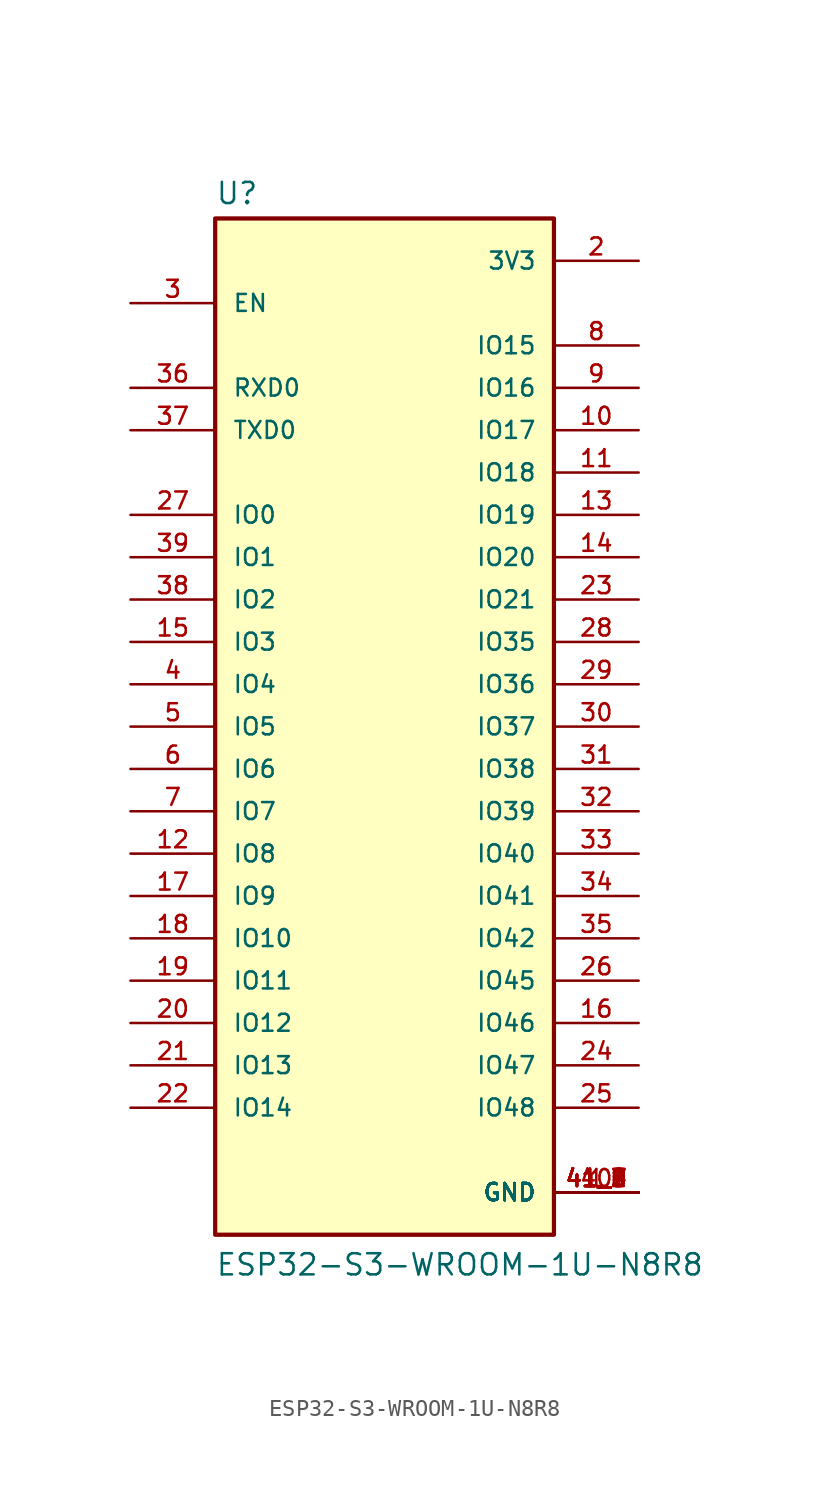
<source format=kicad_sym>
(kicad_symbol_lib
  (version 20211014)
  (generator kicad_symbol_editor)
  (symbol "ESP32-S3-WROOM-1U-N8R8"
    (pin_names
      (offset 1.016))
    (property "Reference" "U"
      (at -10.16 31.242 0)
      (effects (font (size 1.27 1.27)) (justify bottom left)))
    (property "Value" "ESP32-S3-WROOM-1U-N8R8"
      (at -10.16 -33.02 0)
      (effects (font (size 1.27 1.27)) (justify bottom left)))
    (symbol "ESP32-S3-WROOM-1U-N8R8_0_0"
      (rectangle (start -10.16 -30.48) (end 10.16 30.48) (stroke (width 0.254)) (fill (type background)))
      (pin power_in line (at 15.24 -27.94 180.0) (length 5.08) (name "GND" (effects (font (size 1.016 1.016)))) (number "1" (effects (font (size 1.016 1.016)))))
      (pin power_in line (at 15.24 -27.94 180.0) (length 5.08) (name "GND" (effects (font (size 1.016 1.016)))) (number "40" (effects (font (size 1.016 1.016)))))
      (pin power_in line (at 15.24 -27.94 180.0) (length 5.08) (name "GND" (effects (font (size 1.016 1.016)))) (number "41_1" (effects (font (size 1.016 1.016)))))
      (pin power_in line (at 15.24 -27.94 180.0) (length 5.08) (name "GND" (effects (font (size 1.016 1.016)))) (number "41_2" (effects (font (size 1.016 1.016)))))
      (pin power_in line (at 15.24 -27.94 180.0) (length 5.08) (name "GND" (effects (font (size 1.016 1.016)))) (number "41_3" (effects (font (size 1.016 1.016)))))
      (pin power_in line (at 15.24 -27.94 180.0) (length 5.08) (name "GND" (effects (font (size 1.016 1.016)))) (number "41_4" (effects (font (size 1.016 1.016)))))
      (pin power_in line (at 15.24 -27.94 180.0) (length 5.08) (name "GND" (effects (font (size 1.016 1.016)))) (number "41_5" (effects (font (size 1.016 1.016)))))
      (pin power_in line (at 15.24 -27.94 180.0) (length 5.08) (name "GND" (effects (font (size 1.016 1.016)))) (number "41_6" (effects (font (size 1.016 1.016)))))
      (pin power_in line (at 15.24 -27.94 180.0) (length 5.08) (name "GND" (effects (font (size 1.016 1.016)))) (number "41_7" (effects (font (size 1.016 1.016)))))
      (pin power_in line (at 15.24 -27.94 180.0) (length 5.08) (name "GND" (effects (font (size 1.016 1.016)))) (number "41_8" (effects (font (size 1.016 1.016)))))
      (pin power_in line (at 15.24 -27.94 180.0) (length 5.08) (name "GND" (effects (font (size 1.016 1.016)))) (number "41_9" (effects (font (size 1.016 1.016)))))
      (pin power_in line (at 15.24 27.94 180.0) (length 5.08) (name "3V3" (effects (font (size 1.016 1.016)))) (number "2" (effects (font (size 1.016 1.016)))))
      (pin input line (at -15.24 25.4 0) (length 5.08) (name "EN" (effects (font (size 1.016 1.016)))) (number "3" (effects (font (size 1.016 1.016)))))
      (pin bidirectional line (at 15.24 5.08 180.0) (length 5.08) (name "IO35" (effects (font (size 1.016 1.016)))) (number "28" (effects (font (size 1.016 1.016)))))
      (pin bidirectional line (at 15.24 -22.86 180.0) (length 5.08) (name "IO48" (effects (font (size 1.016 1.016)))) (number "25" (effects (font (size 1.016 1.016)))))
      (pin bidirectional line (at 15.24 -10.16 180.0) (length 5.08) (name "IO41" (effects (font (size 1.016 1.016)))) (number "34" (effects (font (size 1.016 1.016)))))
      (pin bidirectional line (at 15.24 -5.08 180.0) (length 5.08) (name "IO39" (effects (font (size 1.016 1.016)))) (number "32" (effects (font (size 1.016 1.016)))))
      (pin bidirectional line (at 15.24 -20.32 180.0) (length 5.08) (name "IO47" (effects (font (size 1.016 1.016)))) (number "24" (effects (font (size 1.016 1.016)))))
      (pin bidirectional line (at 15.24 -7.62 180.0) (length 5.08) (name "IO40" (effects (font (size 1.016 1.016)))) (number "33" (effects (font (size 1.016 1.016)))))
      (pin bidirectional line (at -15.24 -22.86 0) (length 5.08) (name "IO14" (effects (font (size 1.016 1.016)))) (number "22" (effects (font (size 1.016 1.016)))))
      (pin bidirectional line (at -15.24 -17.78 0) (length 5.08) (name "IO12" (effects (font (size 1.016 1.016)))) (number "20" (effects (font (size 1.016 1.016)))))
      (pin bidirectional line (at -15.24 -20.32 0) (length 5.08) (name "IO13" (effects (font (size 1.016 1.016)))) (number "21" (effects (font (size 1.016 1.016)))))
      (pin bidirectional line (at 15.24 22.86 180.0) (length 5.08) (name "IO15" (effects (font (size 1.016 1.016)))) (number "8" (effects (font (size 1.016 1.016)))))
      (pin bidirectional line (at -15.24 7.62 0) (length 5.08) (name "IO2" (effects (font (size 1.016 1.016)))) (number "38" (effects (font (size 1.016 1.016)))))
      (pin bidirectional line (at -15.24 12.7 0) (length 5.08) (name "IO0" (effects (font (size 1.016 1.016)))) (number "27" (effects (font (size 1.016 1.016)))))
      (pin bidirectional line (at -15.24 2.54 0) (length 5.08) (name "IO4" (effects (font (size 1.016 1.016)))) (number "4" (effects (font (size 1.016 1.016)))))
      (pin bidirectional line (at 15.24 20.32 180.0) (length 5.08) (name "IO16" (effects (font (size 1.016 1.016)))) (number "9" (effects (font (size 1.016 1.016)))))
      (pin bidirectional line (at 15.24 17.78 180.0) (length 5.08) (name "IO17" (effects (font (size 1.016 1.016)))) (number "10" (effects (font (size 1.016 1.016)))))
      (pin bidirectional line (at -15.24 0.0 0) (length 5.08) (name "IO5" (effects (font (size 1.016 1.016)))) (number "5" (effects (font (size 1.016 1.016)))))
      (pin bidirectional line (at 15.24 15.24 180.0) (length 5.08) (name "IO18" (effects (font (size 1.016 1.016)))) (number "11" (effects (font (size 1.016 1.016)))))
      (pin bidirectional line (at 15.24 12.7 180.0) (length 5.08) (name "IO19" (effects (font (size 1.016 1.016)))) (number "13" (effects (font (size 1.016 1.016)))))
      (pin bidirectional line (at 15.24 7.62 180.0) (length 5.08) (name "IO21" (effects (font (size 1.016 1.016)))) (number "23" (effects (font (size 1.016 1.016)))))
      (pin bidirectional line (at 15.24 0.0 180.0) (length 5.08) (name "IO37" (effects (font (size 1.016 1.016)))) (number "30" (effects (font (size 1.016 1.016)))))
      (pin bidirectional line (at 15.24 -2.54 180.0) (length 5.08) (name "IO38" (effects (font (size 1.016 1.016)))) (number "31" (effects (font (size 1.016 1.016)))))
      (pin bidirectional line (at -15.24 10.16 0) (length 5.08) (name "IO1" (effects (font (size 1.016 1.016)))) (number "39" (effects (font (size 1.016 1.016)))))
      (pin bidirectional line (at -15.24 5.08 0) (length 5.08) (name "IO3" (effects (font (size 1.016 1.016)))) (number "15" (effects (font (size 1.016 1.016)))))
      (pin bidirectional line (at -15.24 -2.54 0) (length 5.08) (name "IO6" (effects (font (size 1.016 1.016)))) (number "6" (effects (font (size 1.016 1.016)))))
      (pin bidirectional line (at -15.24 -5.08 0) (length 5.08) (name "IO7" (effects (font (size 1.016 1.016)))) (number "7" (effects (font (size 1.016 1.016)))))
      (pin bidirectional line (at -15.24 -7.62 0) (length 5.08) (name "IO8" (effects (font (size 1.016 1.016)))) (number "12" (effects (font (size 1.016 1.016)))))
      (pin bidirectional line (at -15.24 -10.16 0) (length 5.08) (name "IO9" (effects (font (size 1.016 1.016)))) (number "17" (effects (font (size 1.016 1.016)))))
      (pin bidirectional line (at -15.24 -12.7 0) (length 5.08) (name "IO10" (effects (font (size 1.016 1.016)))) (number "18" (effects (font (size 1.016 1.016)))))
      (pin bidirectional line (at -15.24 -15.24 0) (length 5.08) (name "IO11" (effects (font (size 1.016 1.016)))) (number "19" (effects (font (size 1.016 1.016)))))
      (pin bidirectional line (at 15.24 2.54 180.0) (length 5.08) (name "IO36" (effects (font (size 1.016 1.016)))) (number "29" (effects (font (size 1.016 1.016)))))
      (pin bidirectional line (at 15.24 -12.7 180.0) (length 5.08) (name "IO42" (effects (font (size 1.016 1.016)))) (number "35" (effects (font (size 1.016 1.016)))))
      (pin bidirectional line (at 15.24 10.16 180.0) (length 5.08) (name "IO20" (effects (font (size 1.016 1.016)))) (number "14" (effects (font (size 1.016 1.016)))))
      (pin bidirectional line (at -15.24 17.78 0) (length 5.08) (name "TXD0" (effects (font (size 1.016 1.016)))) (number "37" (effects (font (size 1.016 1.016)))))
      (pin bidirectional line (at -15.24 20.32 0) (length 5.08) (name "RXD0" (effects (font (size 1.016 1.016)))) (number "36" (effects (font (size 1.016 1.016)))))
      (pin bidirectional line (at 15.24 -15.24 180.0) (length 5.08) (name "IO45" (effects (font (size 1.016 1.016)))) (number "26" (effects (font (size 1.016 1.016)))))
      (pin bidirectional line (at 15.24 -17.78 180.0) (length 5.08) (name "IO46" (effects (font (size 1.016 1.016)))) (number "16" (effects (font (size 1.016 1.016))))))))
</source>
